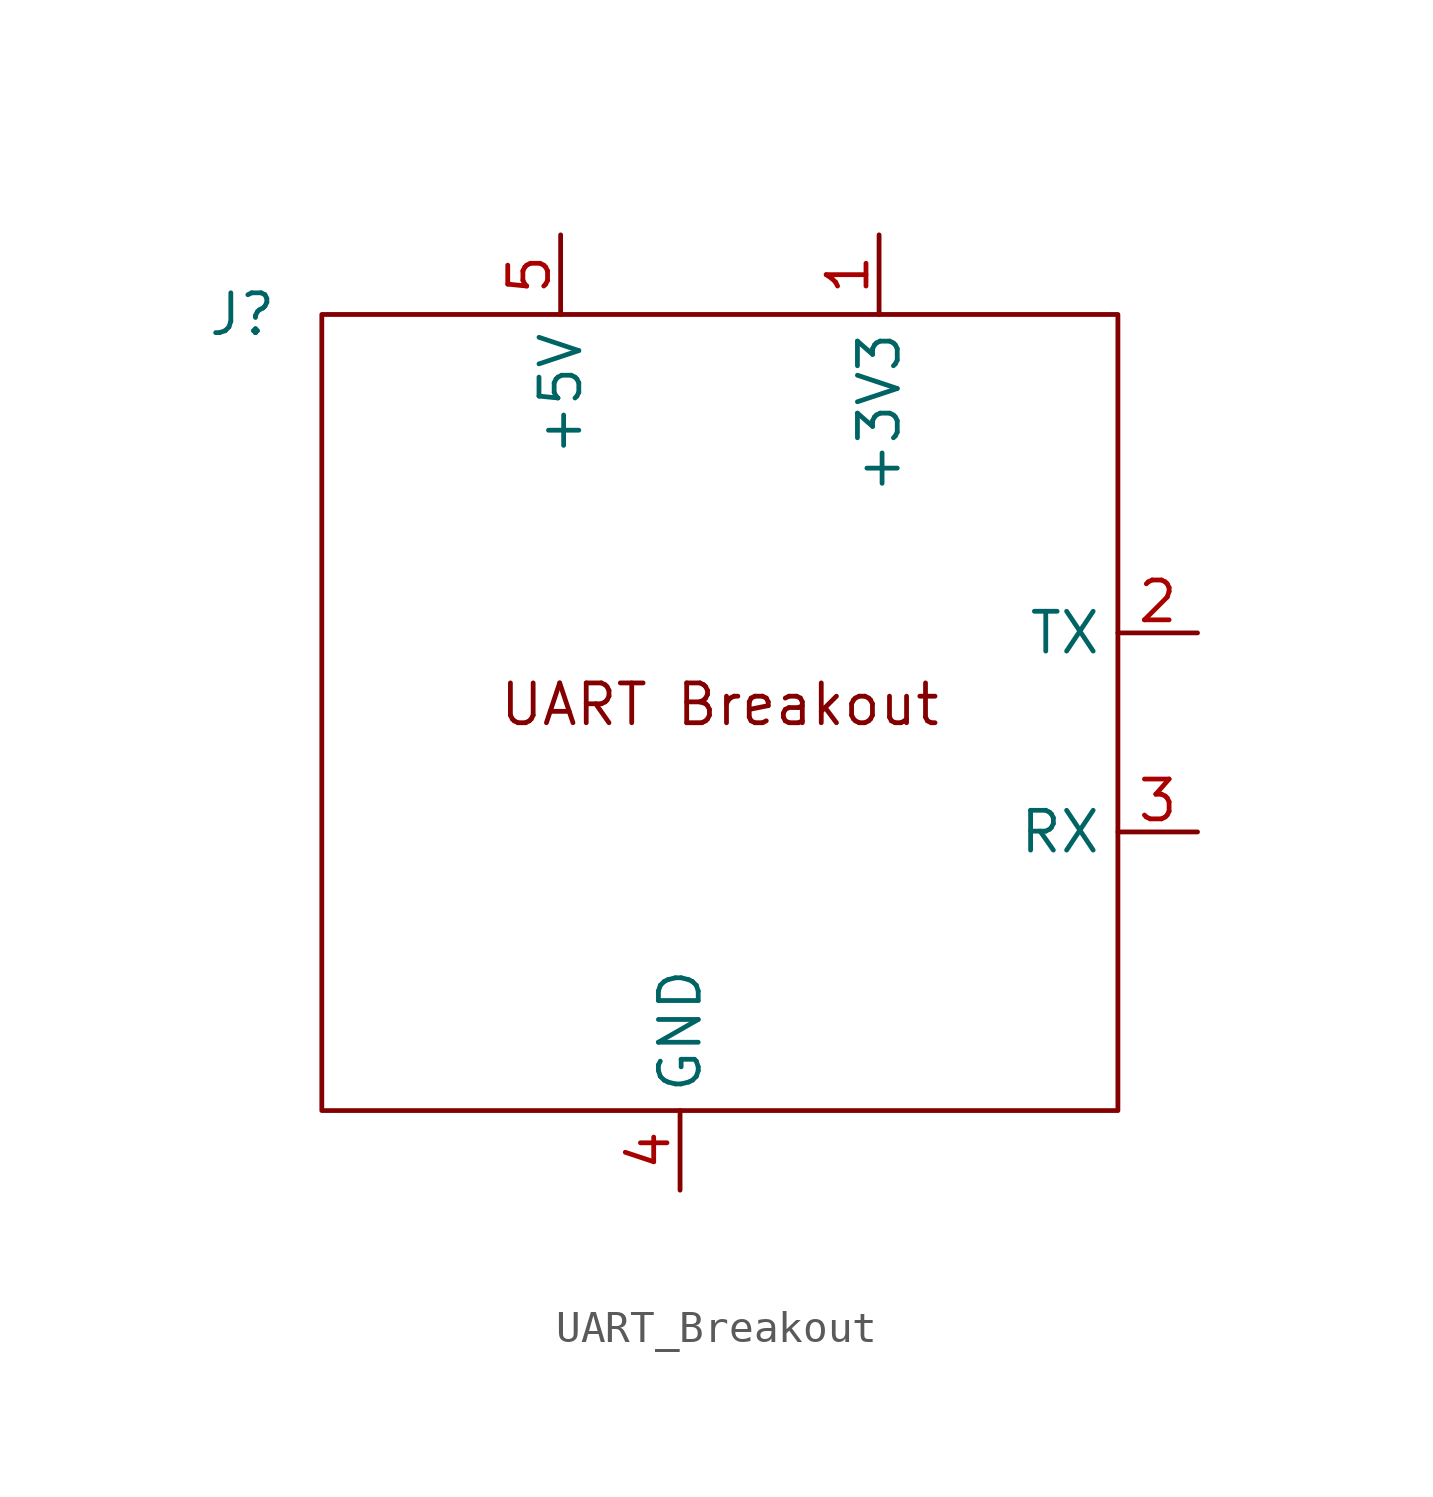
<source format=kicad_sym>
(kicad_symbol_lib
  (version 20241209)
  (generator "kicad_symbol_editor")
  (generator_version "9.0")
  (symbol "UART_Breakout"
    (property "Reference" "J"
      (at 0 0 0)
      (effects (font (size 1.27 1.27))))
    (property "Value" ""
      (at 0 0 0)
      (effects (font (size 1.27 1.27))))
    (symbol "UART_Breakout_0_1"
      (rectangle (start 2.54 0) (end 27.94 -25.4) (stroke (width 0) (type default)) (fill (type none))))
    (symbol "UART_Breakout_1_1"
      (text "UART Breakout" (at 15.24 -12.446 0) (effects (font (size 1.27 1.27))))
      (pin power_out line (at 10.16 2.54 270) (length 2.54) (name "+5V" (effects (font (size 1.27 1.27)))) (number "5" (effects (font (size 1.27 1.27)))))
      (pin power_out line (at 13.97 -27.94 90) (length 2.54) (name "GND" (effects (font (size 1.27 1.27)))) (number "4" (effects (font (size 1.27 1.27)))))
      (pin power_out line (at 20.32 2.54 270) (length 2.54) (name "+3V3" (effects (font (size 1.27 1.27)))) (number "1" (effects (font (size 1.27 1.27)))))
      (pin output line (at 30.48 -10.16 180) (length 2.54) (name "TX" (effects (font (size 1.27 1.27)))) (number "2" (effects (font (size 1.27 1.27)))))
      (pin input line (at 30.48 -16.51 180) (length 2.54) (name "RX" (effects (font (size 1.27 1.27)))) (number "3" (effects (font (size 1.27 1.27))))))))
</source>
